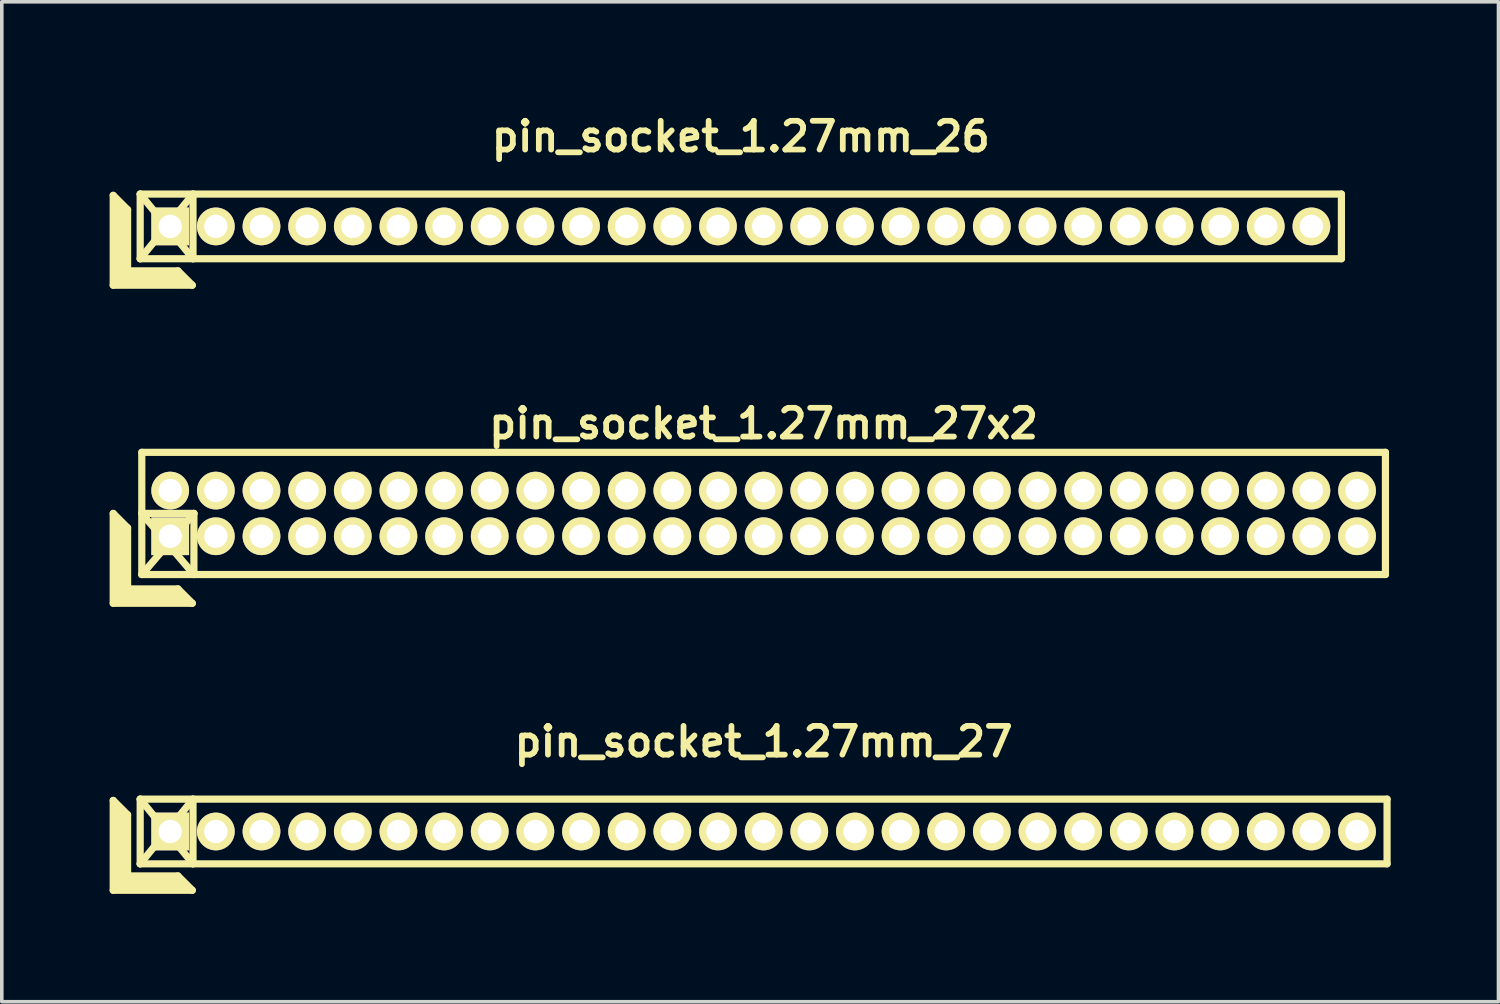
<source format=kicad_pcb>
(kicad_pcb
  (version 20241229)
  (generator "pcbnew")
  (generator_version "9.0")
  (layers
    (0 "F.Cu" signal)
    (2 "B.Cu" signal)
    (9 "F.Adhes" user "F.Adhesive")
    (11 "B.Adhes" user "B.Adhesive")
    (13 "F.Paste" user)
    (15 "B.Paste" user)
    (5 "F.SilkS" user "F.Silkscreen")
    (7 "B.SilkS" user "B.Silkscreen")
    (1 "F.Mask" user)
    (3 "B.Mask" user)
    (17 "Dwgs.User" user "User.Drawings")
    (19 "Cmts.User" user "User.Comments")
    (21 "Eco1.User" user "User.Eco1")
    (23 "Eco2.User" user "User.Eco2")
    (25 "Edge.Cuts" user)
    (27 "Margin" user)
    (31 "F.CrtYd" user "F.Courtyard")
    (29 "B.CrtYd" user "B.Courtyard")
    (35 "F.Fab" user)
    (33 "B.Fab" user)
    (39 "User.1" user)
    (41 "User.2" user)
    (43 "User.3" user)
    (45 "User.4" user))
  (footprint "pin_socket_1.27mm_27"
    (layer "F.Cu")
    (at 18.195 20.083)
    (property "Reference" "pin_socket_1.27mm_27" (at 0 -2.5 0) (layer "F.SilkS") (effects (font (size 0.8 0.8) (thickness 0.16))))
    (attr through_hole)
    (fp_line (start -18.095 -0.864) (end -18.095 1.636) (stroke (width 0.2) (type solid)) (layer "F.SilkS"))
    (fp_line (start -18.095 -0.864) (end -17.695 -0.464) (stroke (width 0.2) (type solid)) (layer "F.SilkS"))
    (fp_line (start -18.095 1.636) (end -15.895 1.636) (stroke (width 0.2) (type solid)) (layer "F.SilkS"))
    (fp_line (start -17.995 1.536) (end -17.995 -0.664) (stroke (width 0.2) (type solid)) (layer "F.SilkS"))
    (fp_line (start -17.995 1.536) (end -16.095 1.536) (stroke (width 0.2) (type solid)) (layer "F.SilkS"))
    (fp_line (start -17.895 1.436) (end -17.895 -0.564) (stroke (width 0.2) (type solid)) (layer "F.SilkS"))
    (fp_line (start -17.895 1.436) (end -16.195 1.436) (stroke (width 0.2) (type solid)) (layer "F.SilkS"))
    (fp_line (start -17.795 1.336) (end -17.795 -0.464) (stroke (width 0.2) (type solid)) (layer "F.SilkS"))
    (fp_line (start -17.795 1.336) (end -16.295 1.336) (stroke (width 0.2) (type solid)) (layer "F.SilkS"))
    (fp_line (start -17.695 1.236) (end -17.695 -0.464) (stroke (width 0.2) (type solid)) (layer "F.SilkS"))
    (fp_line (start -17.695 1.236) (end -16.295 1.236) (stroke (width 0.2) (type solid)) (layer "F.SilkS"))
    (fp_line (start -17.345 -0.9) (end -15.875 0.9) (stroke (width 0.2) (type solid)) (layer "F.SilkS"))
    (fp_line (start -17.345 -0.9) (end 17.345 -0.9) (stroke (width 0.2) (type solid)) (layer "F.SilkS"))
    (fp_line (start -17.345 0.9) (end -17.345 -0.9) (stroke (width 0.2) (type solid)) (layer "F.SilkS"))
    (fp_line (start -17.345 0.9) (end -15.875 -0.9) (stroke (width 0.2) (type solid)) (layer "F.SilkS"))
    (fp_line (start -16.295 1.236) (end -15.895 1.636) (stroke (width 0.2) (type solid)) (layer "F.SilkS"))
    (fp_line (start -15.875 -0.9) (end -15.875 0.9) (stroke (width 0.2) (type solid)) (layer "F.SilkS"))
    (fp_line (start 17.345 -0.9) (end 17.345 0.9) (stroke (width 0.2) (type solid)) (layer "F.SilkS"))
    (fp_line (start 17.345 0.9) (end -17.345 0.9) (stroke (width 0.2) (type solid)) (layer "F.SilkS"))
    (pad "1" thru_hole rect (at -16.51 0) (size 1.05 1.05) (drill 0.65) (layers "*.Cu" "*.Mask" "F.SilkS"))
    (pad "2" thru_hole oval (at -15.24 0) (size 1.05 1.05) (drill 0.65) (layers "*.Cu" "*.Mask" "F.SilkS"))
    (pad "3" thru_hole oval (at -13.97 0) (size 1.05 1.05) (drill 0.65) (layers "*.Cu" "*.Mask" "F.SilkS"))
    (pad "4" thru_hole oval (at -12.7 0) (size 1.05 1.05) (drill 0.65) (layers "*.Cu" "*.Mask" "F.SilkS"))
    (pad "5" thru_hole oval (at -11.43 0) (size 1.05 1.05) (drill 0.65) (layers "*.Cu" "*.Mask" "F.SilkS"))
    (pad "6" thru_hole oval (at -10.16 0) (size 1.05 1.05) (drill 0.65) (layers "*.Cu" "*.Mask" "F.SilkS"))
    (pad "7" thru_hole oval (at -8.89 0) (size 1.05 1.05) (drill 0.65) (layers "*.Cu" "*.Mask" "F.SilkS"))
    (pad "8" thru_hole oval (at -7.62 0) (size 1.05 1.05) (drill 0.65) (layers "*.Cu" "*.Mask" "F.SilkS"))
    (pad "9" thru_hole oval (at -6.35 0) (size 1.05 1.05) (drill 0.65) (layers "*.Cu" "*.Mask" "F.SilkS"))
    (pad "10" thru_hole oval (at -5.08 0) (size 1.05 1.05) (drill 0.65) (layers "*.Cu" "*.Mask" "F.SilkS"))
    (pad "11" thru_hole oval (at -3.81 0) (size 1.05 1.05) (drill 0.65) (layers "*.Cu" "*.Mask" "F.SilkS"))
    (pad "12" thru_hole oval (at -2.54 0) (size 1.05 1.05) (drill 0.65) (layers "*.Cu" "*.Mask" "F.SilkS"))
    (pad "13" thru_hole oval (at -1.27 0) (size 1.05 1.05) (drill 0.65) (layers "*.Cu" "*.Mask" "F.SilkS"))
    (pad "14" thru_hole oval (at 0 0) (size 1.05 1.05) (drill 0.65) (layers "*.Cu" "*.Mask" "F.SilkS"))
    (pad "15" thru_hole oval (at 1.27 0) (size 1.05 1.05) (drill 0.65) (layers "*.Cu" "*.Mask" "F.SilkS"))
    (pad "16" thru_hole oval (at 2.54 0) (size 1.05 1.05) (drill 0.65) (layers "*.Cu" "*.Mask" "F.SilkS"))
    (pad "17" thru_hole oval (at 3.81 0) (size 1.05 1.05) (drill 0.65) (layers "*.Cu" "*.Mask" "F.SilkS"))
    (pad "18" thru_hole oval (at 5.08 0) (size 1.05 1.05) (drill 0.65) (layers "*.Cu" "*.Mask" "F.SilkS"))
    (pad "19" thru_hole oval (at 6.35 0) (size 1.05 1.05) (drill 0.65) (layers "*.Cu" "*.Mask" "F.SilkS"))
    (pad "20" thru_hole oval (at 7.62 0) (size 1.05 1.05) (drill 0.65) (layers "*.Cu" "*.Mask" "F.SilkS"))
    (pad "21" thru_hole oval (at 8.89 0) (size 1.05 1.05) (drill 0.65) (layers "*.Cu" "*.Mask" "F.SilkS"))
    (pad "22" thru_hole oval (at 10.16 0) (size 1.05 1.05) (drill 0.65) (layers "*.Cu" "*.Mask" "F.SilkS"))
    (pad "23" thru_hole oval (at 11.43 0) (size 1.05 1.05) (drill 0.65) (layers "*.Cu" "*.Mask" "F.SilkS"))
    (pad "24" thru_hole oval (at 12.7 0) (size 1.05 1.05) (drill 0.65) (layers "*.Cu" "*.Mask" "F.SilkS"))
    (pad "25" thru_hole oval (at 13.97 0) (size 1.05 1.05) (drill 0.65) (layers "*.Cu" "*.Mask" "F.SilkS"))
    (pad "26" thru_hole oval (at 15.24 0) (size 1.05 1.05) (drill 0.65) (layers "*.Cu" "*.Mask" "F.SilkS"))
    (pad "27" thru_hole oval (at 16.51 0) (size 1.05 1.05) (drill 0.65) (layers "*.Cu" "*.Mask" "F.SilkS")))
  (footprint "pin_socket_1.27mm_26"
    (layer "F.Cu")
    (at 17.56 3.249)
    (property "Reference" "pin_socket_1.27mm_26" (at 0 -2.5 0) (layer "F.SilkS") (effects (font (size 0.8 0.8) (thickness 0.16))))
    (attr through_hole)
    (fp_line (start -17.46 -0.864) (end -17.46 1.636) (stroke (width 0.2) (type solid)) (layer "F.SilkS"))
    (fp_line (start -17.46 -0.864) (end -17.06 -0.464) (stroke (width 0.2) (type solid)) (layer "F.SilkS"))
    (fp_line (start -17.46 1.636) (end -15.26 1.636) (stroke (width 0.2) (type solid)) (layer "F.SilkS"))
    (fp_line (start -17.36 1.536) (end -17.36 -0.664) (stroke (width 0.2) (type solid)) (layer "F.SilkS"))
    (fp_line (start -17.36 1.536) (end -15.46 1.536) (stroke (width 0.2) (type solid)) (layer "F.SilkS"))
    (fp_line (start -17.26 1.436) (end -17.26 -0.564) (stroke (width 0.2) (type solid)) (layer "F.SilkS"))
    (fp_line (start -17.26 1.436) (end -15.56 1.436) (stroke (width 0.2) (type solid)) (layer "F.SilkS"))
    (fp_line (start -17.16 1.336) (end -17.16 -0.464) (stroke (width 0.2) (type solid)) (layer "F.SilkS"))
    (fp_line (start -17.16 1.336) (end -15.66 1.336) (stroke (width 0.2) (type solid)) (layer "F.SilkS"))
    (fp_line (start -17.06 1.236) (end -17.06 -0.464) (stroke (width 0.2) (type solid)) (layer "F.SilkS"))
    (fp_line (start -17.06 1.236) (end -15.66 1.236) (stroke (width 0.2) (type solid)) (layer "F.SilkS"))
    (fp_line (start -16.71 -0.9) (end -15.24 0.9) (stroke (width 0.2) (type solid)) (layer "F.SilkS"))
    (fp_line (start -16.71 -0.9) (end 16.71 -0.9) (stroke (width 0.2) (type solid)) (layer "F.SilkS"))
    (fp_line (start -16.71 0.9) (end -16.71 -0.9) (stroke (width 0.2) (type solid)) (layer "F.SilkS"))
    (fp_line (start -16.71 0.9) (end -15.24 -0.9) (stroke (width 0.2) (type solid)) (layer "F.SilkS"))
    (fp_line (start -15.66 1.236) (end -15.26 1.636) (stroke (width 0.2) (type solid)) (layer "F.SilkS"))
    (fp_line (start -15.24 -0.9) (end -15.24 0.9) (stroke (width 0.2) (type solid)) (layer "F.SilkS"))
    (fp_line (start 16.71 -0.9) (end 16.71 0.9) (stroke (width 0.2) (type solid)) (layer "F.SilkS"))
    (fp_line (start 16.71 0.9) (end -16.71 0.9) (stroke (width 0.2) (type solid)) (layer "F.SilkS"))
    (pad "1" thru_hole rect (at -15.875 0) (size 1.05 1.05) (drill 0.65) (layers "*.Cu" "*.Mask" "F.SilkS"))
    (pad "2" thru_hole oval (at -14.605 0) (size 1.05 1.05) (drill 0.65) (layers "*.Cu" "*.Mask" "F.SilkS"))
    (pad "3" thru_hole oval (at -13.335 0) (size 1.05 1.05) (drill 0.65) (layers "*.Cu" "*.Mask" "F.SilkS"))
    (pad "4" thru_hole oval (at -12.065 0) (size 1.05 1.05) (drill 0.65) (layers "*.Cu" "*.Mask" "F.SilkS"))
    (pad "5" thru_hole oval (at -10.795 0) (size 1.05 1.05) (drill 0.65) (layers "*.Cu" "*.Mask" "F.SilkS"))
    (pad "6" thru_hole oval (at -9.525 0) (size 1.05 1.05) (drill 0.65) (layers "*.Cu" "*.Mask" "F.SilkS"))
    (pad "7" thru_hole oval (at -8.255 0) (size 1.05 1.05) (drill 0.65) (layers "*.Cu" "*.Mask" "F.SilkS"))
    (pad "8" thru_hole oval (at -6.985 0) (size 1.05 1.05) (drill 0.65) (layers "*.Cu" "*.Mask" "F.SilkS"))
    (pad "9" thru_hole oval (at -5.715 0) (size 1.05 1.05) (drill 0.65) (layers "*.Cu" "*.Mask" "F.SilkS"))
    (pad "10" thru_hole oval (at -4.445 0) (size 1.05 1.05) (drill 0.65) (layers "*.Cu" "*.Mask" "F.SilkS"))
    (pad "11" thru_hole oval (at -3.175 0) (size 1.05 1.05) (drill 0.65) (layers "*.Cu" "*.Mask" "F.SilkS"))
    (pad "12" thru_hole oval (at -1.905 0) (size 1.05 1.05) (drill 0.65) (layers "*.Cu" "*.Mask" "F.SilkS"))
    (pad "13" thru_hole oval (at -0.635 0) (size 1.05 1.05) (drill 0.65) (layers "*.Cu" "*.Mask" "F.SilkS"))
    (pad "14" thru_hole oval (at 0.635 0) (size 1.05 1.05) (drill 0.65) (layers "*.Cu" "*.Mask" "F.SilkS"))
    (pad "15" thru_hole oval (at 1.905 0) (size 1.05 1.05) (drill 0.65) (layers "*.Cu" "*.Mask" "F.SilkS"))
    (pad "16" thru_hole oval (at 3.175 0) (size 1.05 1.05) (drill 0.65) (layers "*.Cu" "*.Mask" "F.SilkS"))
    (pad "17" thru_hole oval (at 4.445 0) (size 1.05 1.05) (drill 0.65) (layers "*.Cu" "*.Mask" "F.SilkS"))
    (pad "18" thru_hole oval (at 5.715 0) (size 1.05 1.05) (drill 0.65) (layers "*.Cu" "*.Mask" "F.SilkS"))
    (pad "19" thru_hole oval (at 6.985 0) (size 1.05 1.05) (drill 0.65) (layers "*.Cu" "*.Mask" "F.SilkS"))
    (pad "20" thru_hole oval (at 8.255 0) (size 1.05 1.05) (drill 0.65) (layers "*.Cu" "*.Mask" "F.SilkS"))
    (pad "21" thru_hole oval (at 9.525 0) (size 1.05 1.05) (drill 0.65) (layers "*.Cu" "*.Mask" "F.SilkS"))
    (pad "22" thru_hole oval (at 10.795 0) (size 1.05 1.05) (drill 0.65) (layers "*.Cu" "*.Mask" "F.SilkS"))
    (pad "23" thru_hole oval (at 12.065 0) (size 1.05 1.05) (drill 0.65) (layers "*.Cu" "*.Mask" "F.SilkS"))
    (pad "24" thru_hole oval (at 13.335 0) (size 1.05 1.05) (drill 0.65) (layers "*.Cu" "*.Mask" "F.SilkS"))
    (pad "25" thru_hole oval (at 14.605 0) (size 1.05 1.05) (drill 0.65) (layers "*.Cu" "*.Mask" "F.SilkS"))
    (pad "26" thru_hole oval (at 15.875 0) (size 1.05 1.05) (drill 0.65) (layers "*.Cu" "*.Mask" "F.SilkS")))
  (footprint "pin_socket_1.27mm_27x2"
    (layer "F.Cu")
    (at 18.195 11.234)
    (property "Reference" "pin_socket_1.27mm_27x2" (at 0 -2.5 0) (layer "F.SilkS") (effects (font (size 0.8 0.8) (thickness 0.16))))
    (attr through_hole)
    (fp_line (start -18.095 0) (end -18.095 2.5) (stroke (width 0.2) (type solid)) (layer "F.SilkS"))
    (fp_line (start -18.095 0) (end -17.695 0.4) (stroke (width 0.2) (type solid)) (layer "F.SilkS"))
    (fp_line (start -18.095 2.5) (end -15.895 2.5) (stroke (width 0.2) (type solid)) (layer "F.SilkS"))
    (fp_line (start -17.995 2.4) (end -17.995 0.2) (stroke (width 0.2) (type solid)) (layer "F.SilkS"))
    (fp_line (start -17.995 2.4) (end -16.095 2.4) (stroke (width 0.2) (type solid)) (layer "F.SilkS"))
    (fp_line (start -17.895 2.3) (end -17.895 0.3) (stroke (width 0.2) (type solid)) (layer "F.SilkS"))
    (fp_line (start -17.895 2.3) (end -16.195 2.3) (stroke (width 0.2) (type solid)) (layer "F.SilkS"))
    (fp_line (start -17.795 2.2) (end -17.795 0.4) (stroke (width 0.2) (type solid)) (layer "F.SilkS"))
    (fp_line (start -17.795 2.2) (end -16.295 2.2) (stroke (width 0.2) (type solid)) (layer "F.SilkS"))
    (fp_line (start -17.695 2.1) (end -17.695 0.4) (stroke (width 0.2) (type solid)) (layer "F.SilkS"))
    (fp_line (start -17.695 2.1) (end -16.295 2.1) (stroke (width 0.2) (type solid)) (layer "F.SilkS"))
    (fp_line (start -17.3 -1.7) (end 17.3 -1.7) (stroke (width 0.2) (type solid)) (layer "F.SilkS"))
    (fp_line (start -17.3 0) (end -15.85 0) (stroke (width 0.2) (type solid)) (layer "F.SilkS"))
    (fp_line (start -17.3 0) (end -15.85 1.7) (stroke (width 0.2) (type solid)) (layer "F.SilkS"))
    (fp_line (start -17.3 1.7) (end -17.3 -1.7) (stroke (width 0.2) (type solid)) (layer "F.SilkS"))
    (fp_line (start -16.295 2.1) (end -15.895 2.5) (stroke (width 0.2) (type solid)) (layer "F.SilkS"))
    (fp_line (start -15.85 0) (end -17.295 1.7) (stroke (width 0.2) (type solid)) (layer "F.SilkS"))
    (fp_line (start -15.85 0) (end -15.85 1.7) (stroke (width 0.2) (type solid)) (layer "F.SilkS"))
    (fp_line (start 17.3 -1.7) (end 17.3 1.7) (stroke (width 0.2) (type solid)) (layer "F.SilkS"))
    (fp_line (start 17.3 1.7) (end -17.3 1.7) (stroke (width 0.2) (type solid)) (layer "F.SilkS"))
    (pad "1" thru_hole rect (at -16.51 0.635) (size 1.05 1.05) (drill 0.65) (layers "*.Cu" "*.Mask" "F.SilkS"))
    (pad "2" thru_hole oval (at -16.51 -0.635) (size 1.05 1.05) (drill 0.65) (layers "*.Cu" "*.Mask" "F.SilkS"))
    (pad "3" thru_hole oval (at -15.24 0.635) (size 1.05 1.05) (drill 0.65) (layers "*.Cu" "*.Mask" "F.SilkS"))
    (pad "4" thru_hole oval (at -15.24 -0.635) (size 1.05 1.05) (drill 0.65) (layers "*.Cu" "*.Mask" "F.SilkS"))
    (pad "5" thru_hole oval (at -13.97 0.635) (size 1.05 1.05) (drill 0.65) (layers "*.Cu" "*.Mask" "F.SilkS"))
    (pad "6" thru_hole oval (at -13.97 -0.635) (size 1.05 1.05) (drill 0.65) (layers "*.Cu" "*.Mask" "F.SilkS"))
    (pad "7" thru_hole oval (at -12.7 0.635) (size 1.05 1.05) (drill 0.65) (layers "*.Cu" "*.Mask" "F.SilkS"))
    (pad "8" thru_hole oval (at -12.7 -0.635) (size 1.05 1.05) (drill 0.65) (layers "*.Cu" "*.Mask" "F.SilkS"))
    (pad "9" thru_hole oval (at -11.43 0.635) (size 1.05 1.05) (drill 0.65) (layers "*.Cu" "*.Mask" "F.SilkS"))
    (pad "10" thru_hole oval (at -11.43 -0.635) (size 1.05 1.05) (drill 0.65) (layers "*.Cu" "*.Mask" "F.SilkS"))
    (pad "11" thru_hole oval (at -10.16 0.635) (size 1.05 1.05) (drill 0.65) (layers "*.Cu" "*.Mask" "F.SilkS"))
    (pad "12" thru_hole oval (at -10.16 -0.635) (size 1.05 1.05) (drill 0.65) (layers "*.Cu" "*.Mask" "F.SilkS"))
    (pad "13" thru_hole oval (at -8.89 0.635) (size 1.05 1.05) (drill 0.65) (layers "*.Cu" "*.Mask" "F.SilkS"))
    (pad "14" thru_hole oval (at -8.89 -0.635) (size 1.05 1.05) (drill 0.65) (layers "*.Cu" "*.Mask" "F.SilkS"))
    (pad "15" thru_hole oval (at -7.62 0.635) (size 1.05 1.05) (drill 0.65) (layers "*.Cu" "*.Mask" "F.SilkS"))
    (pad "16" thru_hole oval (at -7.62 -0.635) (size 1.05 1.05) (drill 0.65) (layers "*.Cu" "*.Mask" "F.SilkS"))
    (pad "17" thru_hole oval (at -6.35 0.635) (size 1.05 1.05) (drill 0.65) (layers "*.Cu" "*.Mask" "F.SilkS"))
    (pad "18" thru_hole oval (at -6.35 -0.635) (size 1.05 1.05) (drill 0.65) (layers "*.Cu" "*.Mask" "F.SilkS"))
    (pad "19" thru_hole oval (at -5.08 0.635) (size 1.05 1.05) (drill 0.65) (layers "*.Cu" "*.Mask" "F.SilkS"))
    (pad "20" thru_hole oval (at -5.08 -0.635) (size 1.05 1.05) (drill 0.65) (layers "*.Cu" "*.Mask" "F.SilkS"))
    (pad "21" thru_hole oval (at -3.81 0.635) (size 1.05 1.05) (drill 0.65) (layers "*.Cu" "*.Mask" "F.SilkS"))
    (pad "22" thru_hole oval (at -3.81 -0.635) (size 1.05 1.05) (drill 0.65) (layers "*.Cu" "*.Mask" "F.SilkS"))
    (pad "23" thru_hole oval (at -2.54 0.635) (size 1.05 1.05) (drill 0.65) (layers "*.Cu" "*.Mask" "F.SilkS"))
    (pad "24" thru_hole oval (at -2.54 -0.635) (size 1.05 1.05) (drill 0.65) (layers "*.Cu" "*.Mask" "F.SilkS"))
    (pad "25" thru_hole oval (at -1.27 0.635) (size 1.05 1.05) (drill 0.65) (layers "*.Cu" "*.Mask" "F.SilkS"))
    (pad "26" thru_hole oval (at -1.27 -0.635) (size 1.05 1.05) (drill 0.65) (layers "*.Cu" "*.Mask" "F.SilkS"))
    (pad "27" thru_hole oval (at 0 0.635) (size 1.05 1.05) (drill 0.65) (layers "*.Cu" "*.Mask" "F.SilkS"))
    (pad "28" thru_hole oval (at 0 -0.635) (size 1.05 1.05) (drill 0.65) (layers "*.Cu" "*.Mask" "F.SilkS"))
    (pad "29" thru_hole oval (at 1.27 0.635) (size 1.05 1.05) (drill 0.65) (layers "*.Cu" "*.Mask" "F.SilkS"))
    (pad "30" thru_hole oval (at 1.27 -0.635) (size 1.05 1.05) (drill 0.65) (layers "*.Cu" "*.Mask" "F.SilkS"))
    (pad "31" thru_hole oval (at 2.54 0.635) (size 1.05 1.05) (drill 0.65) (layers "*.Cu" "*.Mask" "F.SilkS"))
    (pad "32" thru_hole oval (at 2.54 -0.635) (size 1.05 1.05) (drill 0.65) (layers "*.Cu" "*.Mask" "F.SilkS"))
    (pad "33" thru_hole oval (at 3.81 0.635) (size 1.05 1.05) (drill 0.65) (layers "*.Cu" "*.Mask" "F.SilkS"))
    (pad "34" thru_hole oval (at 3.81 -0.635) (size 1.05 1.05) (drill 0.65) (layers "*.Cu" "*.Mask" "F.SilkS"))
    (pad "35" thru_hole oval (at 5.08 0.635) (size 1.05 1.05) (drill 0.65) (layers "*.Cu" "*.Mask" "F.SilkS"))
    (pad "36" thru_hole oval (at 5.08 -0.635) (size 1.05 1.05) (drill 0.65) (layers "*.Cu" "*.Mask" "F.SilkS"))
    (pad "37" thru_hole oval (at 6.35 0.635) (size 1.05 1.05) (drill 0.65) (layers "*.Cu" "*.Mask" "F.SilkS"))
    (pad "38" thru_hole oval (at 6.35 -0.635) (size 1.05 1.05) (drill 0.65) (layers "*.Cu" "*.Mask" "F.SilkS"))
    (pad "39" thru_hole oval (at 7.62 0.635) (size 1.05 1.05) (drill 0.65) (layers "*.Cu" "*.Mask" "F.SilkS"))
    (pad "40" thru_hole oval (at 7.62 -0.635) (size 1.05 1.05) (drill 0.65) (layers "*.Cu" "*.Mask" "F.SilkS"))
    (pad "41" thru_hole oval (at 8.89 0.635) (size 1.05 1.05) (drill 0.65) (layers "*.Cu" "*.Mask" "F.SilkS"))
    (pad "42" thru_hole oval (at 8.89 -0.635) (size 1.05 1.05) (drill 0.65) (layers "*.Cu" "*.Mask" "F.SilkS"))
    (pad "43" thru_hole oval (at 10.16 0.635) (size 1.05 1.05) (drill 0.65) (layers "*.Cu" "*.Mask" "F.SilkS"))
    (pad "44" thru_hole oval (at 10.16 -0.635) (size 1.05 1.05) (drill 0.65) (layers "*.Cu" "*.Mask" "F.SilkS"))
    (pad "45" thru_hole oval (at 11.43 0.635) (size 1.05 1.05) (drill 0.65) (layers "*.Cu" "*.Mask" "F.SilkS"))
    (pad "46" thru_hole oval (at 11.43 -0.635) (size 1.05 1.05) (drill 0.65) (layers "*.Cu" "*.Mask" "F.SilkS"))
    (pad "47" thru_hole oval (at 12.7 0.635) (size 1.05 1.05) (drill 0.65) (layers "*.Cu" "*.Mask" "F.SilkS"))
    (pad "48" thru_hole oval (at 12.7 -0.635) (size 1.05 1.05) (drill 0.65) (layers "*.Cu" "*.Mask" "F.SilkS"))
    (pad "49" thru_hole oval (at 13.97 0.635) (size 1.05 1.05) (drill 0.65) (layers "*.Cu" "*.Mask" "F.SilkS"))
    (pad "50" thru_hole oval (at 13.97 -0.635) (size 1.05 1.05) (drill 0.65) (layers "*.Cu" "*.Mask" "F.SilkS"))
    (pad "51" thru_hole circle (at 15.24 0.635) (size 1.05 1.05) (drill 0.65) (layers "*.Cu" "*.Mask" "F.SilkS"))
    (pad "52" thru_hole oval (at 15.24 -0.635) (size 1.05 1.05) (drill 0.65) (layers "*.Cu" "*.Mask" "F.SilkS"))
    (pad "53" thru_hole oval (at 16.51 0.635) (size 1.05 1.05) (drill 0.65) (layers "*.Cu" "*.Mask" "F.SilkS"))
    (pad "54" thru_hole oval (at 16.51 -0.635) (size 1.05 1.05) (drill 0.65) (layers "*.Cu" "*.Mask" "F.SilkS")))
  (gr_rect
    (start -3 -3)
    (end 38.64 24.819)
    (stroke (width 0.1) (type default))
    (fill no)
    (layer "Edge.Cuts")))
</source>
